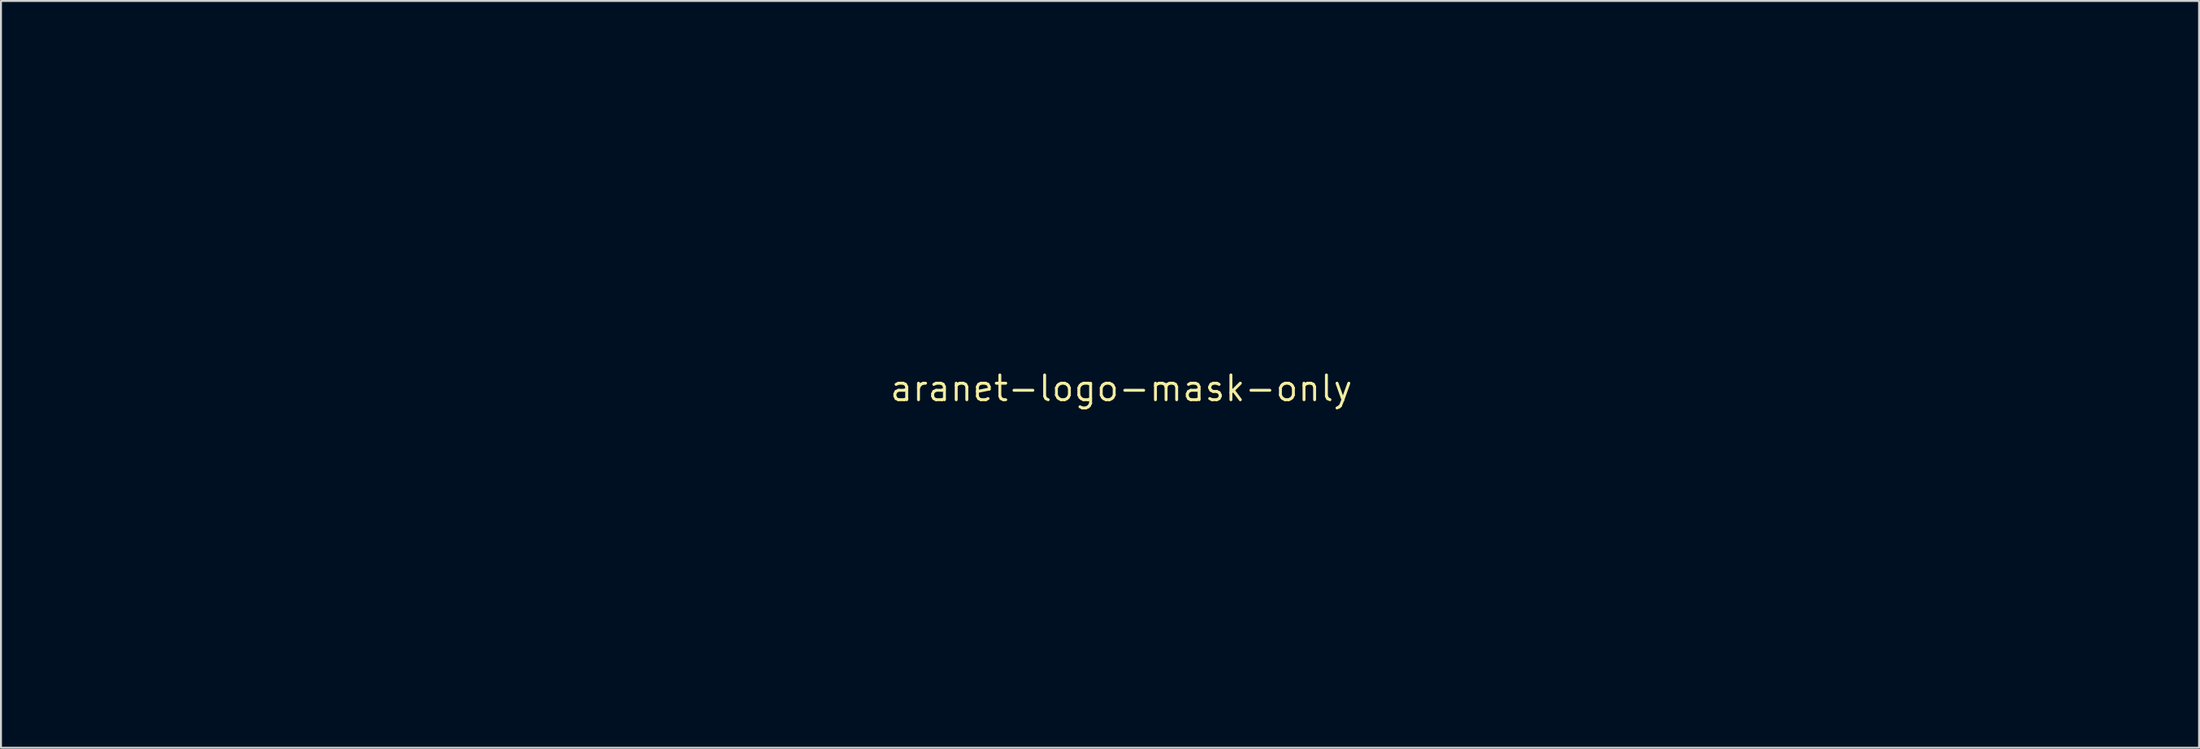
<source format=kicad_pcb>
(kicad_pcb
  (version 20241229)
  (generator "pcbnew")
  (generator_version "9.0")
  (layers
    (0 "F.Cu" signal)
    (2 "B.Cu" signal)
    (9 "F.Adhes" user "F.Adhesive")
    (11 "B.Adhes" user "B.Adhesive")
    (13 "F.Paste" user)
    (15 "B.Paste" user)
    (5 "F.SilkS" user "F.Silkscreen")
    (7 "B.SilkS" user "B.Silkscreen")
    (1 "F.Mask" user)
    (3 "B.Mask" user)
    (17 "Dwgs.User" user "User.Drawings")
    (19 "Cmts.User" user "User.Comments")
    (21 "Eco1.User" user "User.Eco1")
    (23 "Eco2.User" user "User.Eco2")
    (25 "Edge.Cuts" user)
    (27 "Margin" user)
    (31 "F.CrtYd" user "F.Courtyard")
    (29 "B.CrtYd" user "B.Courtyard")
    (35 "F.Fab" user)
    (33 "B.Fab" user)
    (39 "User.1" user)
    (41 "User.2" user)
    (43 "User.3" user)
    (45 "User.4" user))
  (footprint "aranet-logo-mask-only"
    (layer "F.Cu")
    (at 54.467 16.875)
    (property "Reference" "aranet-logo-mask-only" (at 0 0 0) (layer "F.SilkS") (effects (font (size 1.27 1.27) (thickness 0.15))))
    (attr through_hole)
    (fp_poly (pts (xy 5.69 6.694) (xy 5.885 6.743) (xy 6.067 6.828) (xy 6.233 6.948) (xy 6.378 7.101) (xy 6.429 7.173) (xy 6.459 7.219) (xy 6.484 7.27) (xy 6.509 7.329) (xy 6.534 7.404) (xy 6.56 7.499) (xy 6.591 7.62) (xy 6.628 7.773) (xy 6.655 7.89) (xy 6.685 8.022) (xy 4.355 8.022) (xy 4.369 7.795) (xy 4.388 7.606) (xy 4.417 7.443) (xy 4.455 7.311) (xy 4.481 7.251) (xy 4.528 7.181) (xy 4.601 7.098) (xy 4.687 7.012) (xy 4.779 6.933) (xy 4.864 6.871) (xy 4.871 6.867) (xy 5.073 6.766) (xy 5.279 6.705) (xy 5.486 6.681) (xy 5.69 6.694)) (stroke (width 0.01) (type solid)) (fill yes) (layer "F.Mask"))
    (fp_poly (pts (xy -2.223 8.672) (xy -2.226 8.86) (xy -2.234 9.015) (xy -2.249 9.145) (xy -2.272 9.261) (xy -2.305 9.37) (xy -2.33 9.439) (xy -2.364 9.521) (xy -2.393 9.576) (xy -2.427 9.615) (xy -2.476 9.651) (xy -2.526 9.682) (xy -2.619 9.734) (xy -2.705 9.775) (xy -2.791 9.805) (xy -2.886 9.826) (xy -2.996 9.841) (xy -3.131 9.85) (xy -3.297 9.855) (xy -3.365 9.856) (xy -3.549 9.857) (xy -3.693 9.855) (xy -3.802 9.85) (xy -3.88 9.84) (xy -3.905 9.835) (xy -4.051 9.781) (xy -4.185 9.7) (xy -4.298 9.6) (xy -4.374 9.496) (xy -4.401 9.444) (xy -4.418 9.399) (xy -4.428 9.347) (xy -4.433 9.278) (xy -4.434 9.18) (xy -4.434 9.155) (xy -4.433 9.047) (xy -4.429 8.969) (xy -4.419 8.91) (xy -4.402 8.857) (xy -4.379 8.805) (xy -4.308 8.677) (xy -4.226 8.581) (xy -4.124 8.507) (xy -3.991 8.447) (xy -3.969 8.439) (xy -3.778 8.372) (xy -3 8.365) (xy -2.223 8.358) (xy -2.223 8.672)) (stroke (width 0.01) (type solid)) (fill yes) (layer "F.Mask"))
    (fp_poly (pts (xy -9.631 8.684) (xy -9.633 8.866) (xy -9.641 9.016) (xy -9.656 9.143) (xy -9.678 9.255) (xy -9.711 9.363) (xy -9.74 9.441) (xy -9.773 9.523) (xy -9.803 9.578) (xy -9.837 9.617) (xy -9.887 9.653) (xy -9.934 9.682) (xy -10.028 9.734) (xy -10.113 9.775) (xy -10.2 9.805) (xy -10.294 9.826) (xy -10.405 9.841) (xy -10.539 9.85) (xy -10.705 9.855) (xy -10.774 9.856) (xy -10.957 9.857) (xy -11.102 9.855) (xy -11.211 9.85) (xy -11.288 9.84) (xy -11.314 9.835) (xy -11.461 9.78) (xy -11.596 9.697) (xy -11.71 9.594) (xy -11.783 9.493) (xy -11.81 9.443) (xy -11.827 9.398) (xy -11.837 9.346) (xy -11.841 9.278) (xy -11.843 9.18) (xy -11.843 9.155) (xy -11.842 9.047) (xy -11.837 8.969) (xy -11.827 8.91) (xy -11.81 8.857) (xy -11.788 8.805) (xy -11.701 8.662) (xy -11.592 8.551) (xy -11.467 8.475) (xy -11.451 8.469) (xy -11.375 8.441) (xy -11.302 8.419) (xy -11.227 8.401) (xy -11.144 8.387) (xy -11.047 8.377) (xy -10.932 8.369) (xy -10.793 8.365) (xy -10.625 8.362) (xy -10.421 8.361) (xy -10.335 8.361) (xy -9.631 8.361) (xy -9.631 8.684)) (stroke (width 0.01) (type solid)) (fill yes) (layer "F.Mask"))
    (fp_poly (pts (xy -1.097 -9.352) (xy -0.968 -9.31) (xy -0.849 -9.233) (xy -0.818 -9.207) (xy -0.728 -9.11) (xy -0.673 -9.003) (xy -0.649 -8.877) (xy -0.648 -8.816) (xy -0.668 -8.658) (xy -0.725 -8.516) (xy -0.814 -8.397) (xy -0.931 -8.303) (xy -1.072 -8.241) (xy -1.168 -8.221) (xy -1.26 -8.208) (xy -3.359 -4.535) (xy -1.65 -5.105) (xy -1.347 -5.206) (xy -1.081 -5.295) (xy -0.851 -5.372) (xy -0.653 -5.439) (xy -0.486 -5.496) (xy -0.346 -5.544) (xy -0.232 -5.585) (xy -0.14 -5.618) (xy -0.069 -5.645) (xy -0.015 -5.667) (xy 0.023 -5.685) (xy 0.048 -5.699) (xy 0.063 -5.711) (xy 0.071 -5.721) (xy 0.072 -5.724) (xy 0.1 -5.782) (xy 0.155 -5.852) (xy 0.226 -5.924) (xy 0.305 -5.989) (xy 0.38 -6.038) (xy 0.387 -6.041) (xy 0.541 -6.097) (xy 0.689 -6.111) (xy 0.829 -6.083) (xy 0.962 -6.013) (xy 0.993 -5.989) (xy 1.097 -5.884) (xy 1.166 -5.765) (xy 1.202 -5.636) (xy 1.206 -5.506) (xy 1.179 -5.379) (xy 1.121 -5.264) (xy 1.033 -5.165) (xy 0.917 -5.09) (xy 0.866 -5.069) (xy 0.767 -5.047) (xy 0.644 -5.039) (xy 0.515 -5.044) (xy 0.395 -5.063) (xy 0.34 -5.079) (xy 0.224 -5.119) (xy -1.38 -4.556) (xy -1.629 -4.468) (xy -1.866 -4.385) (xy -2.088 -4.306) (xy -2.292 -4.234) (xy -2.476 -4.169) (xy -2.635 -4.112) (xy -2.768 -4.065) (xy -2.871 -4.028) (xy -2.941 -4.003) (xy -2.976 -3.99) (xy -2.979 -3.988) (xy -2.958 -3.983) (xy -2.899 -3.968) (xy -2.803 -3.945) (xy -2.674 -3.913) (xy -2.513 -3.874) (xy -2.324 -3.828) (xy -2.109 -3.776) (xy -1.87 -3.718) (xy -1.61 -3.655) (xy -1.331 -3.588) (xy -1.036 -3.516) (xy -0.728 -3.442) (xy -0.458 -3.377) (xy 2.058 -2.77) (xy 2.218 -2.851) (xy 2.305 -2.893) (xy 2.373 -2.917) (xy 2.438 -2.928) (xy 2.515 -2.931) (xy 2.517 -2.931) (xy 2.649 -2.917) (xy 2.761 -2.874) (xy 2.865 -2.796) (xy 2.903 -2.759) (xy 2.982 -2.665) (xy 3.03 -2.576) (xy 3.052 -2.478) (xy 3.057 -2.381) (xy 3.037 -2.222) (xy 2.981 -2.076) (xy 2.893 -1.951) (xy 2.778 -1.853) (xy 2.717 -1.819) (xy 2.605 -1.786) (xy 2.475 -1.781) (xy 2.341 -1.805) (xy 2.232 -1.847) (xy 2.14 -1.906) (xy 2.051 -1.985) (xy 1.976 -2.071) (xy 1.93 -2.149) (xy 1.903 -2.214) (xy -0.058 -2.683) (xy -0.338 -2.75) (xy -0.607 -2.814) (xy -0.861 -2.875) (xy -1.097 -2.931) (xy -1.313 -2.982) (xy -1.506 -3.027) (xy -1.673 -3.066) (xy -1.811 -3.098) (xy -1.917 -3.122) (xy -1.989 -3.139) (xy -2.023 -3.146) (xy -2.026 -3.146) (xy -2.009 -3.135) (xy -1.956 -3.104) (xy -1.871 -3.054) (xy -1.755 -2.987) (xy -1.61 -2.903) (xy -1.437 -2.803) (xy -1.24 -2.689) (xy -1.019 -2.562) (xy -0.776 -2.423) (xy -0.514 -2.273) (xy -0.234 -2.112) (xy 0.061 -1.943) (xy 0.371 -1.766) (xy 0.692 -1.582) (xy 0.991 -1.411) (xy 4.015 0.316) (xy 4.098 0.273) (xy 4.153 0.249) (xy 4.21 0.238) (xy 4.285 0.238) (xy 4.326 0.241) (xy 4.494 0.272) (xy 4.637 0.335) (xy 4.752 0.43) (xy 4.837 0.552) (xy 4.89 0.699) (xy 4.906 0.809) (xy 4.909 0.895) (xy 4.902 0.959) (xy 4.88 1.022) (xy 4.859 1.068) (xy 4.776 1.192) (xy 4.663 1.291) (xy 4.527 1.359) (xy 4.374 1.394) (xy 4.306 1.397) (xy 4.156 1.378) (xy 4.025 1.321) (xy 3.914 1.228) (xy 3.824 1.101) (xy 3.767 0.965) (xy 3.732 0.86) (xy 0.136 -1.222) (xy -0.225 -1.431) (xy -0.576 -1.635) (xy -0.917 -1.831) (xy -1.244 -2.021) (xy -1.556 -2.201) (xy -1.852 -2.372) (xy -2.129 -2.533) (xy -2.387 -2.681) (xy -2.622 -2.817) (xy -2.834 -2.94) (xy -3.02 -3.047) (xy -3.179 -3.139) (xy -3.308 -3.213) (xy -3.407 -3.27) (xy -3.474 -3.308) (xy -3.506 -3.326) (xy -3.508 -3.328) (xy -3.55 -3.339) (xy -3.606 -3.332) (xy -3.664 -3.316) (xy -3.744 -3.297) (xy -3.843 -3.285) (xy -3.924 -3.281) (xy -4.075 -3.281) (xy -5.173 -1.393) (xy -6.27 0.494) (xy -6.236 0.565) (xy -6.212 0.648) (xy -6.203 0.754) (xy -6.209 0.87) (xy -6.229 0.979) (xy -6.237 1.007) (xy -6.29 1.11) (xy -6.372 1.211) (xy -6.471 1.296) (xy -6.575 1.355) (xy -6.592 1.362) (xy -6.697 1.386) (xy -6.812 1.395) (xy -6.919 1.388) (xy -6.997 1.367) (xy -7.118 1.293) (xy -7.218 1.189) (xy -7.294 1.063) (xy -7.341 0.925) (xy -7.356 0.782) (xy -7.337 0.652) (xy -7.282 0.529) (xy -7.197 0.418) (xy -7.09 0.326) (xy -6.971 0.263) (xy -6.899 0.243) (xy -6.887 0.241) (xy -6.875 0.236) (xy -6.861 0.227) (xy -6.844 0.211) (xy -6.824 0.187) (xy -6.798 0.152) (xy -6.766 0.105) (xy -6.727 0.043) (xy -6.678 -0.036) (xy -6.618 -0.134) (xy -6.547 -0.253) (xy -6.463 -0.395) (xy -6.365 -0.562) (xy -6.251 -0.757) (xy -6.12 -0.982) (xy -5.971 -1.237) (xy -5.803 -1.527) (xy -5.731 -1.651) (xy -4.638 -3.532) (xy -4.716 -3.684) (xy -4.757 -3.768) (xy -4.78 -3.834) (xy -4.791 -3.9) (xy -4.794 -3.984) (xy -4.794 -3.998) (xy -4.791 -4.092) (xy -4.78 -4.165) (xy -4.755 -4.236) (xy -4.725 -4.301) (xy -4.68 -4.381) (xy -4.63 -4.452) (xy -4.587 -4.5) (xy -4.454 -4.588) (xy -4.295 -4.654) (xy -4.123 -4.691) (xy -4.086 -4.695) (xy -3.914 -4.71) (xy -1.724 -8.477) (xy -1.762 -8.55) (xy -1.787 -8.63) (xy -1.799 -8.734) (xy -1.797 -8.847) (xy -1.783 -8.953) (xy -1.76 -9.028) (xy -1.675 -9.165) (xy -1.558 -9.275) (xy -1.506 -9.308) (xy -1.445 -9.34) (xy -1.388 -9.357) (xy -1.317 -9.365) (xy -1.249 -9.366) (xy -1.097 -9.352)) (stroke (width 0.01) (type solid)) (fill yes) (layer "F.Mask"))
    (fp_poly (pts (xy 19.718 -15.787) (xy 19.867 -15.601) (xy 20.009 -15.423) (xy 20.141 -15.258) (xy 20.26 -15.109) (xy 20.365 -14.977) (xy 20.454 -14.865) (xy 20.523 -14.777) (xy 20.572 -14.716) (xy 20.597 -14.684) (xy 20.6 -14.679) (xy 20.6 -14.674) (xy 20.6 -14.662) (xy 20.597 -14.642) (xy 20.593 -14.613) (xy 20.586 -14.574) (xy 20.576 -14.523) (xy 20.563 -14.458) (xy 20.547 -14.38) (xy 20.528 -14.285) (xy 20.505 -14.174) (xy 20.477 -14.044) (xy 20.445 -13.894) (xy 20.408 -13.723) (xy 20.367 -13.53) (xy 20.32 -13.313) (xy 20.268 -13.072) (xy 20.209 -12.803) (xy 20.145 -12.508) (xy 20.074 -12.183) (xy 19.997 -11.828) (xy 19.912 -11.441) (xy 19.82 -11.021) (xy 19.721 -10.567) (xy 19.614 -10.078) (xy 19.498 -9.551) (xy 19.375 -8.986) (xy 19.242 -8.382) (xy 19.196 -8.17) (xy 18.956 -7.077) (xy 18.723 -6.013) (xy 18.495 -4.977) (xy 18.274 -3.971) (xy 18.06 -2.996) (xy 17.851 -2.051) (xy 17.65 -1.137) (xy 17.455 -0.254) (xy 17.267 0.596) (xy 17.085 1.414) (xy 16.911 2.2) (xy 16.744 2.951) (xy 16.584 3.669) (xy 16.432 4.353) (xy 16.287 5.001) (xy 16.149 5.615) (xy 16.02 6.192) (xy 15.898 6.734) (xy 15.783 7.238) (xy 15.677 7.706) (xy 15.579 8.135) (xy 15.489 8.527) (xy 15.407 8.88) (xy 15.334 9.194) (xy 15.269 9.468) (xy 15.213 9.703) (xy 15.166 9.896) (xy 15.132 10.029) (xy 15.108 10.124) (xy 15.088 10.203) (xy 15.075 10.257) (xy 15.071 10.278) (xy 15.092 10.278) (xy 15.154 10.279) (xy 15.257 10.279) (xy 15.399 10.28) (xy 15.58 10.28) (xy 15.798 10.28) (xy 16.053 10.281) (xy 16.344 10.281) (xy 16.669 10.282) (xy 17.028 10.282) (xy 17.42 10.282) (xy 17.843 10.283) (xy 18.298 10.283) (xy 18.782 10.283) (xy 19.296 10.284) (xy 19.837 10.284) (xy 20.405 10.284) (xy 21 10.285) (xy 21.619 10.285) (xy 22.263 10.285) (xy 22.93 10.285) (xy 23.619 10.286) (xy 24.33 10.286) (xy 25.06 10.286) (xy 25.811 10.286) (xy 26.579 10.286) (xy 27.366 10.286) (xy 28.168 10.287) (xy 28.987 10.287) (xy 29.819 10.287) (xy 30.666 10.287) (xy 31.525 10.287) (xy 32.396 10.287) (xy 33.278 10.287) (xy 33.676 10.287) (xy 52.282 10.287) (xy 52.282 15.431) (xy -54.462 15.431) (xy -54.462 10.287) (xy -36.121 10.287) (xy -34.936 10.287) (xy -33.793 10.287) (xy -32.691 10.287) (xy -31.632 10.287) (xy -30.613 10.286) (xy -29.636 10.286) (xy -28.699 10.286) (xy -27.803 10.286) (xy -26.948 10.285) (xy -26.132 10.285) (xy -25.356 10.284) (xy -24.619 10.284) (xy -23.922 10.283) (xy -23.264 10.283) (xy -22.644 10.282) (xy -22.063 10.282) (xy -21.52 10.281) (xy -21.015 10.28) (xy -20.548 10.279) (xy -20.118 10.278) (xy -19.725 10.277) (xy -19.369 10.277) (xy -19.05 10.276) (xy -18.767 10.274) (xy -18.52 10.273) (xy -18.31 10.272) (xy -18.134 10.271) (xy -17.995 10.27) (xy -17.89 10.268) (xy -17.82 10.267) (xy -17.785 10.266) (xy -17.78 10.265) (xy -17.785 10.242) (xy -17.798 10.18) (xy -17.819 10.082) (xy -17.847 9.951) (xy -17.883 9.79) (xy -17.924 9.601) (xy -17.971 9.387) (xy -18.024 9.151) (xy -18.025 9.144) (xy -12.181 9.144) (xy -12.171 9.348) (xy -12.142 9.517) (xy -12.091 9.657) (xy -12.018 9.769) (xy -12.003 9.786) (xy -11.956 9.842) (xy -11.923 9.893) (xy -11.914 9.917) (xy -11.886 9.961) (xy -11.821 10.008) (xy -11.722 10.058) (xy -11.596 10.109) (xy -11.445 10.157) (xy -11.276 10.203) (xy -11.134 10.234) (xy -11.007 10.259) (xy -10.909 10.275) (xy -10.829 10.282) (xy -10.754 10.28) (xy -10.673 10.27) (xy -10.574 10.251) (xy -10.544 10.245) (xy -10.368 10.204) (xy -10.197 10.153) (xy -10.04 10.097) (xy -9.902 10.037) (xy -9.793 9.976) (xy -9.717 9.918) (xy -9.712 9.913) (xy -9.675 9.879) (xy -9.649 9.864) (xy -9.648 9.864) (xy -9.64 9.883) (xy -9.634 9.935) (xy -9.631 10.009) (xy -9.631 10.033) (xy -9.631 10.202) (xy -9.207 10.202) (xy -9.208 8.853) (xy -9.208 8.6) (xy -9.209 8.36) (xy -9.211 8.137) (xy -9.213 7.935) (xy -9.216 7.756) (xy -9.219 7.606) (xy -9.222 7.487) (xy -9.226 7.403) (xy -9.229 7.36) (xy -9.269 7.187) (xy -9.336 7.004) (xy -9.424 6.828) (xy -9.478 6.742) (xy -9.535 6.661) (xy -9.586 6.606) (xy -9.643 6.564) (xy -9.716 6.525) (xy -9.817 6.477) (xy -9.913 6.439) (xy -10.01 6.411) (xy -10.116 6.39) (xy -10.237 6.376) (xy -10.381 6.367) (xy -10.556 6.363) (xy -10.689 6.362) (xy -10.89 6.363) (xy -11.056 6.367) (xy -11.193 6.376) (xy -11.309 6.391) (xy -11.41 6.412) (xy -11.503 6.441) (xy -11.596 6.48) (xy -11.665 6.513) (xy -11.731 6.551) (xy -11.808 6.603) (xy -11.887 6.663) (xy -11.961 6.725) (xy -12.023 6.781) (xy -12.066 6.828) (xy -12.082 6.857) (xy -12.082 6.86) (xy -12.063 6.88) (xy -12.018 6.917) (xy -11.955 6.967) (xy -11.921 6.993) (xy -11.766 7.108) (xy -11.678 7.013) (xy -11.57 6.908) (xy -11.458 6.828) (xy -11.333 6.768) (xy -11.187 6.726) (xy -11.013 6.697) (xy -10.895 6.686) (xy -10.685 6.675) (xy -10.488 6.678) (xy -10.311 6.693) (xy -10.162 6.72) (xy -10.047 6.759) (xy -9.928 6.835) (xy -9.825 6.948) (xy -9.741 7.091) (xy -9.677 7.261) (xy -9.651 7.373) (xy -9.643 7.436) (xy -9.637 7.528) (xy -9.632 7.637) (xy -9.631 7.748) (xy -9.631 8.019) (xy -10.409 8.026) (xy -11.187 8.033) (xy -11.356 8.093) (xy -11.482 8.14) (xy -11.587 8.19) (xy -11.686 8.251) (xy -11.795 8.331) (xy -11.832 8.361) (xy -11.957 8.472) (xy -12.05 8.584) (xy -12.116 8.705) (xy -12.157 8.843) (xy -12.177 9.007) (xy -12.181 9.144) (xy -18.025 9.144) (xy -18.08 8.895) (xy -18.141 8.623) (xy -18.204 8.336) (xy -18.266 8.058) (xy -18.419 7.372) (xy -18.577 6.664) (xy -18.647 6.35) (xy -7.684 6.35) (xy -7.684 10.202) (xy -7.284 10.202) (xy -7.277 9.152) (xy -4.78 9.152) (xy -4.769 9.324) (xy -4.738 9.487) (xy -4.689 9.633) (xy -4.623 9.751) (xy -4.594 9.786) (xy -4.548 9.843) (xy -4.515 9.893) (xy -4.506 9.917) (xy -4.481 9.952) (xy -4.424 9.995) (xy -4.342 10.042) (xy -4.244 10.089) (xy -4.135 10.131) (xy -4.106 10.14) (xy -4.019 10.165) (xy -3.91 10.193) (xy -3.79 10.22) (xy -3.668 10.245) (xy -3.556 10.266) (xy -3.465 10.28) (xy -3.408 10.285) (xy -3.36 10.281) (xy -3.281 10.267) (xy -3.182 10.247) (xy -3.072 10.222) (xy -3.048 10.216) (xy -2.818 10.152) (xy -2.622 10.084) (xy -2.462 10.012) (xy -2.341 9.938) (xy -2.337 9.935) (xy -2.284 9.896) (xy -2.245 9.87) (xy -2.233 9.864) (xy -2.228 9.883) (xy -2.224 9.935) (xy -2.223 10.009) (xy -2.223 10.033) (xy -2.223 10.202) (xy -1.797 10.202) (xy -1.805 8.768) (xy -1.806 8.481) (xy -1.808 8.232) (xy -1.81 8.02) (xy -1.812 7.841) (xy -1.814 7.692) (xy -1.817 7.569) (xy -1.82 7.47) (xy -1.824 7.392) (xy -1.828 7.332) (xy -1.833 7.286) (xy -1.839 7.251) (xy -1.845 7.226) (xy -1.908 7.068) (xy -1.996 6.911) (xy -2.103 6.766) (xy -2.221 6.639) (xy -2.344 6.54) (xy -2.422 6.495) (xy -2.52 6.453) (xy -2.616 6.42) (xy -2.718 6.396) (xy -2.834 6.379) (xy -2.97 6.368) (xy -3.133 6.362) (xy -3.323 6.361) (xy -3.522 6.362) (xy -3.685 6.368) (xy -3.821 6.38) (xy -3.937 6.398) (xy -4.041 6.424) (xy -4.139 6.459) (xy -4.239 6.504) (xy -4.256 6.513) (xy -4.32 6.549) (xy -4.395 6.601) (xy -4.475 6.66) (xy -4.55 6.722) (xy -4.615 6.779) (xy -4.66 6.825) (xy -4.678 6.855) (xy -4.678 6.856) (xy -4.662 6.874) (xy -4.621 6.91) (xy -4.563 6.955) (xy -4.5 7.003) (xy -4.439 7.046) (xy -4.391 7.078) (xy -4.364 7.091) (xy -4.364 7.091) (xy -4.342 7.075) (xy -4.308 7.034) (xy -4.29 7.008) (xy -4.209 6.916) (xy -4.096 6.832) (xy -3.962 6.764) (xy -3.921 6.748) (xy -3.801 6.717) (xy -3.654 6.694) (xy -3.488 6.679) (xy -3.313 6.674) (xy -3.137 6.677) (xy -2.97 6.688) (xy -2.821 6.708) (xy -2.698 6.736) (xy -2.64 6.758) (xy -2.52 6.835) (xy -2.417 6.948) (xy -2.333 7.09) (xy -2.27 7.258) (xy -2.242 7.387) (xy -2.234 7.456) (xy -2.228 7.553) (xy -2.224 7.665) (xy -2.223 7.763) (xy -2.223 8.022) (xy -2.928 8.022) (xy -3.126 8.023) (xy -3.306 8.025) (xy -3.464 8.028) (xy -3.595 8.033) (xy -3.693 8.038) (xy -3.754 8.045) (xy -3.758 8.045) (xy -3.936 8.092) (xy -4.112 8.163) (xy -4.279 8.255) (xy -4.43 8.361) (xy -4.557 8.478) (xy -4.653 8.601) (xy -4.69 8.668) (xy -4.741 8.815) (xy -4.771 8.979) (xy -4.78 9.152) (xy -7.277 9.152) (xy -7.276 8.916) (xy -7.274 8.642) (xy -7.273 8.406) (xy -7.271 8.205) (xy -7.268 8.035) (xy -7.265 7.893) (xy -7.259 7.774) (xy -7.252 7.675) (xy -7.243 7.592) (xy -7.23 7.521) (xy -7.214 7.459) (xy -7.195 7.402) (xy -7.171 7.346) (xy -7.143 7.288) (xy -7.11 7.223) (xy -7.076 7.156) (xy -6.999 7.013) (xy -6.929 6.904) (xy -6.857 6.825) (xy -6.777 6.768) (xy -6.681 6.729) (xy -6.562 6.703) (xy -6.448 6.687) (xy -6.216 6.676) (xy -6 6.703) (xy -5.794 6.769) (xy -5.592 6.874) (xy -5.562 6.893) (xy -5.504 6.931) (xy -5.378 6.807) (xy -5.253 6.683) (xy -5.349 6.601) (xy -5.513 6.485) (xy -5.702 6.402) (xy -5.772 6.382) (xy -5.871 6.364) (xy -6 6.354) (xy -6.145 6.35) (xy -6.294 6.354) (xy -6.434 6.365) (xy -6.553 6.383) (xy -6.554 6.383) (xy -6.723 6.429) (xy -6.877 6.491) (xy -7.011 6.567) (xy -7.118 6.652) (xy -7.191 6.743) (xy -7.206 6.771) (xy -7.233 6.823) (xy -7.256 6.854) (xy -7.263 6.858) (xy -7.27 6.838) (xy -7.276 6.784) (xy -7.28 6.704) (xy -7.281 6.607) (xy -7.281 6.35) (xy -0.275 6.35) (xy -0.275 10.202) (xy 0.124 10.202) (xy 0.133 8.885) (xy 0.135 8.608) (xy 0.137 8.37) (xy 0.139 8.167) (xy 0.141 7.997) (xy 0.144 7.856) (xy 0.147 7.74) (xy 0.151 7.647) (xy 0.156 7.573) (xy 0.161 7.515) (xy 0.167 7.469) (xy 0.174 7.432) (xy 0.176 7.424) (xy 0.238 7.223) (xy 0.324 7.056) (xy 0.435 6.921) (xy 0.572 6.817) (xy 0.738 6.744) (xy 0.932 6.7) (xy 1.159 6.683) (xy 1.185 6.683) (xy 1.42 6.694) (xy 1.622 6.731) (xy 1.793 6.793) (xy 1.934 6.884) (xy 2.049 7.005) (xy 2.14 7.157) (xy 2.208 7.341) (xy 2.235 7.451) (xy 2.241 7.489) (xy 2.246 7.541) (xy 2.251 7.61) (xy 2.255 7.7) (xy 2.258 7.813) (xy 2.26 7.953) (xy 2.262 8.122) (xy 2.263 8.323) (xy 2.264 8.56) (xy 2.264 8.836) (xy 2.264 8.895) (xy 2.265 10.202) (xy 2.688 10.202) (xy 2.688 8.885) (xy 2.688 8.598) (xy 2.687 8.349) (xy 2.687 8.277) (xy 3.958 8.277) (xy 3.975 8.621) (xy 4.024 8.938) (xy 4.106 9.23) (xy 4.221 9.496) (xy 4.32 9.666) (xy 4.415 9.794) (xy 4.521 9.903) (xy 4.644 9.995) (xy 4.788 10.074) (xy 4.961 10.142) (xy 5.166 10.203) (xy 5.347 10.246) (xy 5.478 10.269) (xy 5.599 10.277) (xy 5.722 10.27) (xy 5.86 10.246) (xy 6.001 10.213) (xy 6.249 10.131) (xy 6.502 10.016) (xy 6.747 9.874) (xy 6.959 9.721) (xy 7.008 9.682) (xy 6.866 9.577) (xy 6.796 9.526) (xy 6.738 9.484) (xy 6.7 9.458) (xy 6.694 9.454) (xy 6.663 9.456) (xy 6.611 9.489) (xy 6.566 9.529) (xy 6.382 9.673) (xy 6.182 9.778) (xy 6.117 9.802) (xy 6.012 9.828) (xy 5.878 9.848) (xy 5.726 9.859) (xy 5.57 9.863) (xy 5.421 9.857) (xy 5.293 9.843) (xy 5.094 9.789) (xy 4.918 9.701) (xy 4.765 9.578) (xy 4.636 9.42) (xy 4.531 9.23) (xy 4.451 9.007) (xy 4.396 8.751) (xy 4.371 8.535) (xy 4.357 8.361) (xy 7.006 8.361) (xy 7.006 8.08) (xy 6.994 7.784) (xy 6.96 7.514) (xy 6.904 7.273) (xy 6.827 7.062) (xy 6.73 6.885) (xy 6.613 6.742) (xy 6.533 6.674) (xy 6.331 6.547) (xy 6.103 6.447) (xy 5.912 6.39) (xy 5.741 6.362) (xy 5.55 6.351) (xy 5.352 6.356) (xy 5.164 6.378) (xy 4.999 6.416) (xy 4.985 6.421) (xy 4.76 6.512) (xy 4.568 6.63) (xy 4.408 6.774) (xy 4.28 6.945) (xy 4.239 7.018) (xy 4.124 7.274) (xy 4.041 7.538) (xy 3.987 7.819) (xy 3.961 8.123) (xy 3.958 8.277) (xy 2.687 8.277) (xy 2.686 8.136) (xy 2.684 7.955) (xy 2.681 7.802) (xy 2.677 7.675) (xy 2.67 7.568) (xy 2.662 7.479) (xy 2.651 7.405) (xy 2.638 7.341) (xy 2.622 7.285) (xy 2.603 7.233) (xy 2.58 7.18) (xy 2.553 7.125) (xy 2.542 7.101) (xy 2.416 6.889) (xy 2.267 6.711) (xy 2.095 6.569) (xy 1.9 6.462) (xy 1.792 6.421) (xy 1.656 6.388) (xy 1.492 6.365) (xy 1.314 6.352) (xy 1.135 6.35) (xy 0.969 6.36) (xy 0.838 6.381) (xy 0.634 6.445) (xy 0.442 6.541) (xy 0.275 6.663) (xy 0.272 6.666) (xy 0.213 6.718) (xy 0.167 6.755) (xy 0.141 6.773) (xy 0.139 6.773) (xy 0.134 6.754) (xy 0.13 6.701) (xy 0.128 6.623) (xy 0.127 6.562) (xy 0.127 6.35) (xy 7.916 6.35) (xy 7.916 6.668) (xy 8.445 6.668) (xy 8.446 8.017) (xy 8.446 8.305) (xy 8.446 8.553) (xy 8.447 8.766) (xy 8.449 8.947) (xy 8.452 9.099) (xy 8.456 9.226) (xy 8.461 9.331) (xy 8.468 9.417) (xy 8.477 9.487) (xy 8.488 9.546) (xy 8.501 9.596) (xy 8.517 9.641) (xy 8.536 9.684) (xy 8.558 9.728) (xy 8.563 9.739) (xy 8.654 9.875) (xy 8.776 9.995) (xy 8.918 10.088) (xy 8.941 10.099) (xy 9.031 10.138) (xy 9.116 10.165) (xy 9.206 10.184) (xy 9.312 10.194) (xy 9.445 10.199) (xy 9.509 10.2) (xy 9.758 10.202) (xy 9.758 9.868) (xy 9.53 9.86) (xy 9.403 9.852) (xy 9.305 9.836) (xy 9.221 9.808) (xy 9.139 9.762) (xy 9.045 9.693) (xy 9.025 9.678) (xy 8.949 9.607) (xy 8.904 9.537) (xy 8.894 9.509) (xy 8.889 9.478) (xy 8.884 9.422) (xy 8.88 9.339) (xy 8.876 9.227) (xy 8.874 9.084) (xy 8.872 8.909) (xy 8.87 8.698) (xy 8.869 8.449) (xy 8.869 8.161) (xy 8.869 8.046) (xy 8.869 6.668) (xy 9.758 6.668) (xy 9.758 6.35) (xy 8.869 6.35) (xy 8.869 5.101) (xy 8.445 5.101) (xy 8.445 6.35) (xy 7.916 6.35) (xy 0.127 6.35) (xy -0.275 6.35) (xy -7.281 6.35) (xy -7.684 6.35) (xy -18.647 6.35) (xy -18.739 5.937) (xy -18.906 5.192) (xy -19.076 4.432) (xy -19.249 3.659) (xy -19.425 2.875) (xy -19.563 2.265) (xy -9.184 2.265) (xy -1.227 2.265) (xy -0.649 2.265) (xy -0.082 2.265) (xy 0.473 2.265) (xy 1.014 2.264) (xy 1.539 2.264) (xy 2.048 2.264) (xy 2.539 2.264) (xy 3.01 2.263) (xy 3.46 2.263) (xy 3.888 2.263) (xy 4.291 2.262) (xy 4.669 2.262) (xy 5.02 2.261) (xy 5.343 2.261) (xy 5.635 2.26) (xy 5.897 2.259) (xy 6.125 2.259) (xy 6.32 2.258) (xy 6.478 2.257) (xy 6.6 2.257) (xy 6.682 2.256) (xy 6.725 2.255) (xy 6.731 2.255) (xy 6.721 2.234) (xy 6.693 2.185) (xy 6.652 2.115) (xy 6.612 2.049) (xy 6.565 1.971) (xy 6.508 1.876) (xy 6.441 1.762) (xy 6.363 1.629) (xy 6.273 1.477) (xy 6.172 1.303) (xy 6.058 1.108) (xy 5.931 0.891) (xy 5.791 0.65) (xy 5.637 0.384) (xy 5.469 0.094) (xy 5.285 -0.223) (xy 5.086 -0.567) (xy 4.871 -0.939) (xy 4.64 -1.339) (xy 4.392 -1.77) (xy 4.126 -2.23) (xy 3.842 -2.723) (xy 3.539 -3.247) (xy 3.217 -3.805) (xy 2.876 -4.397) (xy 2.515 -5.023) (xy 2.159 -5.641) (xy 1.867 -6.147) (xy 1.584 -6.639) (xy 1.309 -7.115) (xy 1.044 -7.574) (xy 0.79 -8.015) (xy 0.547 -8.436) (xy 0.316 -8.836) (xy 0.097 -9.213) (xy -0.107 -9.567) (xy -0.298 -9.896) (xy -0.473 -10.199) (xy -0.632 -10.474) (xy -0.775 -10.72) (xy -0.901 -10.935) (xy -1.008 -11.119) (xy -1.096 -11.271) (xy -1.165 -11.387) (xy -1.207 -11.458) (xy -1.239 -11.507) (xy -1.262 -11.522) (xy -1.281 -11.511) (xy -1.293 -11.491) (xy -1.326 -11.435) (xy -1.378 -11.345) (xy -1.449 -11.223) (xy -1.538 -11.069) (xy -1.644 -10.885) (xy -1.766 -10.673) (xy -1.904 -10.434) (xy -2.056 -10.168) (xy -2.223 -9.878) (xy -2.403 -9.565) (xy -2.595 -9.23) (xy -2.799 -8.875) (xy -3.014 -8.501) (xy -3.239 -8.109) (xy -3.474 -7.7) (xy -3.717 -7.276) (xy -3.967 -6.839) (xy -4.225 -6.39) (xy -4.489 -5.929) (xy -4.758 -5.459) (xy -4.806 -5.376) (xy -5.081 -4.896) (xy -5.353 -4.421) (xy -5.621 -3.953) (xy -5.885 -3.493) (xy -6.142 -3.043) (xy -6.394 -2.605) (xy -6.637 -2.18) (xy -6.872 -1.769) (xy -7.098 -1.375) (xy -7.314 -0.999) (xy -7.518 -0.642) (xy -7.71 -0.307) (xy -7.89 0.006) (xy -8.055 0.295) (xy -8.206 0.558) (xy -8.341 0.793) (xy -8.459 1) (xy -8.56 1.176) (xy -8.642 1.319) (xy -8.705 1.429) (xy -8.744 1.498) (xy -9.184 2.265) (xy -19.563 2.265) (xy -19.604 2.082) (xy -19.783 1.283) (xy -19.964 0.48) (xy -20.146 -0.325) (xy -20.328 -1.131) (xy -20.509 -1.934) (xy -20.689 -2.732) (xy -20.869 -3.524) (xy -21.046 -4.307) (xy -21.221 -5.079) (xy -21.393 -5.838) (xy -21.562 -6.582) (xy -21.727 -7.308) (xy -21.888 -8.014) (xy -22.044 -8.698) (xy -22.195 -9.358) (xy -22.34 -9.992) (xy -22.479 -10.597) (xy -22.611 -11.172) (xy -22.735 -11.713) (xy -22.852 -12.22) (xy -22.961 -12.689) (xy -23.049 -13.066) (xy -23.107 -13.322) (xy -23.157 -13.542) (xy -23.197 -13.734) (xy -23.23 -13.903) (xy -23.257 -14.055) (xy -23.279 -14.196) (xy -23.297 -14.333) (xy -23.312 -14.472) (xy -23.315 -14.504) (xy -23.324 -14.581) (xy -23.335 -14.624) (xy -23.351 -14.643) (xy -23.371 -14.647) (xy -23.403 -14.654) (xy -23.407 -14.665) (xy -23.394 -14.685) (xy -23.359 -14.737) (xy -23.305 -14.818) (xy -23.233 -14.925) (xy -23.146 -15.055) (xy -23.045 -15.205) (xy -22.932 -15.372) (xy -22.81 -15.552) (xy -22.68 -15.743) (xy -22.659 -15.775) (xy -21.918 -16.868) (xy -1.533 -16.869) (xy 18.851 -16.87) (xy 19.718 -15.787)) (stroke (width 0.01) (type solid)) (fill yes) (layer "F.Mask")))
  (gr_rect
    (start -3 -3)
    (end 109.754 35.31)
    (stroke (width 0.1) (type default))
    (fill no)
    (layer "Edge.Cuts")))
</source>
